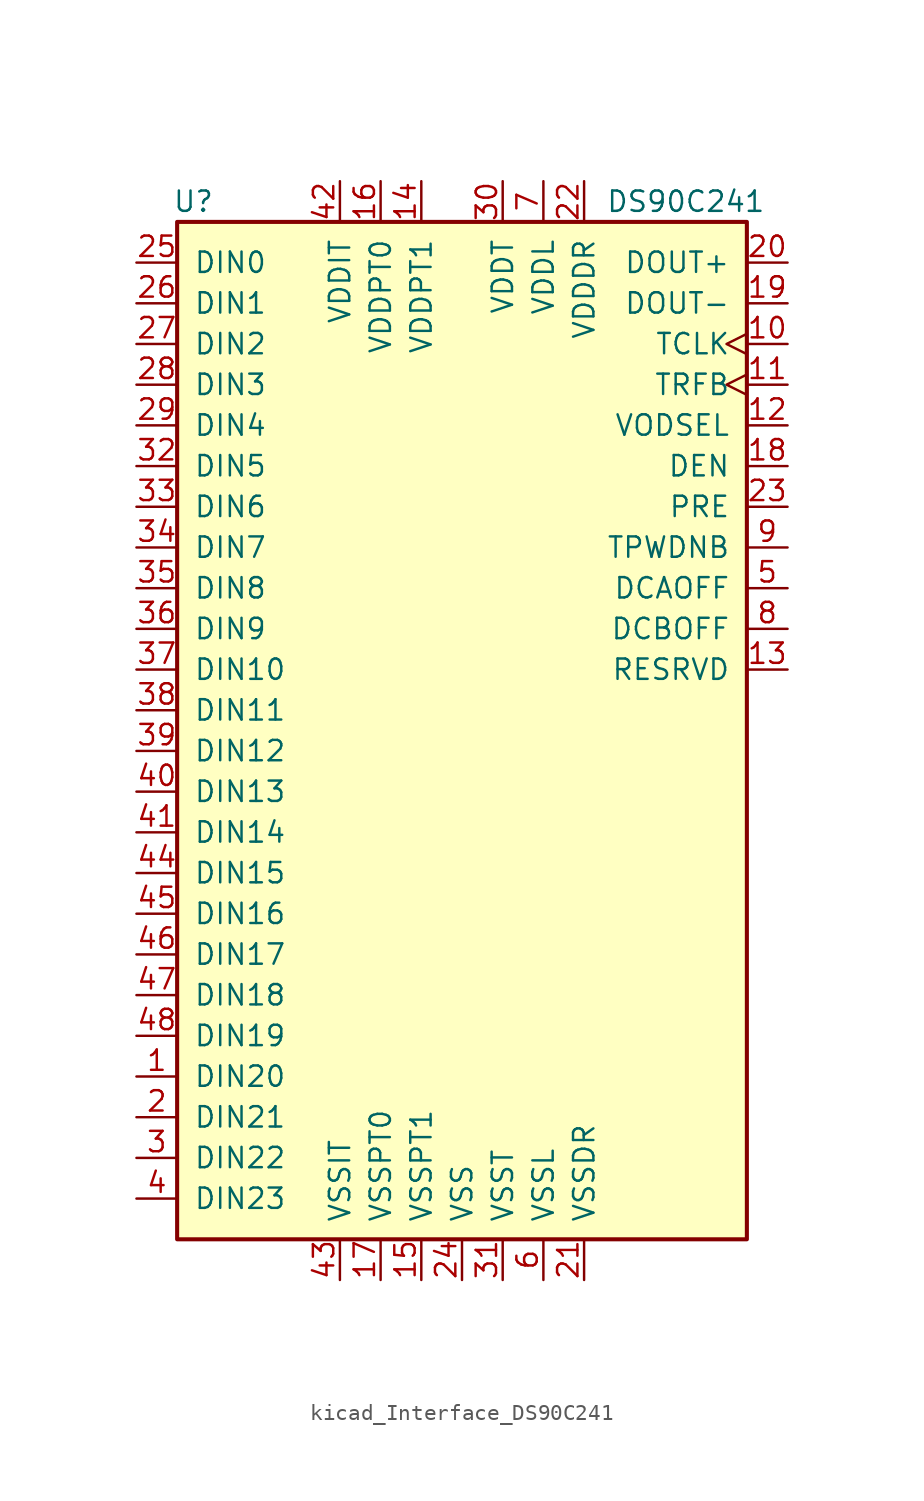
<source format=kicad_sym>
(kicad_symbol_lib
  (version 20220914)
  (generator kicad_symbol_editor)
  (symbol "kicad_Interface_DS90C241"
    (pin_names
      (offset 1.016))
    (property "Reference" "U"
      (at -16.764 29.21 0)
      (effects (font (size 1.27 1.27))))
    (property "Value" "DS90C241"
      (at 13.97 29.21 0)
      (effects (font (size 1.27 1.27))))
    (symbol "kicad_Interface_DS90C241_0_1"
      (rectangle (start -17.78 27.94) (end 17.78 -35.56) (stroke (width 0.254) (type default)) (fill (type background))))
    (symbol "kicad_Interface_DS90C241_1_1"
      (pin input line (at -20.32 -25.4 0) (length 2.54) (name "DIN20" (effects (font (size 1.27 1.27)))) (number "1" (effects (font (size 1.27 1.27)))))
      (pin input clock (at 20.32 20.32 180) (length 2.54) (name "TCLK" (effects (font (size 1.27 1.27)))) (number "10" (effects (font (size 1.27 1.27)))))
      (pin input clock (at 20.32 17.78 180) (length 2.54) (name "TRFB" (effects (font (size 1.27 1.27)))) (number "11" (effects (font (size 1.27 1.27)))))
      (pin input line (at 20.32 15.24 180) (length 2.54) (name "VODSEL" (effects (font (size 1.27 1.27)))) (number "12" (effects (font (size 1.27 1.27)))))
      (pin input line (at 20.32 0 180) (length 2.54) (name "RESRVD" (effects (font (size 1.27 1.27)))) (number "13" (effects (font (size 1.27 1.27)))))
      (pin power_in line (at -2.54 30.48 270) (length 2.54) (name "VDDPT1" (effects (font (size 1.27 1.27)))) (number "14" (effects (font (size 1.27 1.27)))))
      (pin power_in line (at -2.54 -38.1 90) (length 2.54) (name "VSSPT1" (effects (font (size 1.27 1.27)))) (number "15" (effects (font (size 1.27 1.27)))))
      (pin power_in line (at -5.08 30.48 270) (length 2.54) (name "VDDPT0" (effects (font (size 1.27 1.27)))) (number "16" (effects (font (size 1.27 1.27)))))
      (pin power_in line (at -5.08 -38.1 90) (length 2.54) (name "VSSPT0" (effects (font (size 1.27 1.27)))) (number "17" (effects (font (size 1.27 1.27)))))
      (pin input line (at 20.32 12.7 180) (length 2.54) (name "DEN" (effects (font (size 1.27 1.27)))) (number "18" (effects (font (size 1.27 1.27)))))
      (pin output line (at 20.32 22.86 180) (length 2.54) (name "DOUT-" (effects (font (size 1.27 1.27)))) (number "19" (effects (font (size 1.27 1.27)))))
      (pin input line (at -20.32 -27.94 0) (length 2.54) (name "DIN21" (effects (font (size 1.27 1.27)))) (number "2" (effects (font (size 1.27 1.27)))))
      (pin output line (at 20.32 25.4 180) (length 2.54) (name "DOUT+" (effects (font (size 1.27 1.27)))) (number "20" (effects (font (size 1.27 1.27)))))
      (pin power_in line (at 7.62 -38.1 90) (length 2.54) (name "VSSDR" (effects (font (size 1.27 1.27)))) (number "21" (effects (font (size 1.27 1.27)))))
      (pin power_in line (at 7.62 30.48 270) (length 2.54) (name "VDDDR" (effects (font (size 1.27 1.27)))) (number "22" (effects (font (size 1.27 1.27)))))
      (pin input line (at 20.32 10.16 180) (length 2.54) (name "PRE" (effects (font (size 1.27 1.27)))) (number "23" (effects (font (size 1.27 1.27)))))
      (pin power_in line (at 0 -38.1 90) (length 2.54) (name "VSS" (effects (font (size 1.27 1.27)))) (number "24" (effects (font (size 1.27 1.27)))))
      (pin input line (at -20.32 25.4 0) (length 2.54) (name "DIN0" (effects (font (size 1.27 1.27)))) (number "25" (effects (font (size 1.27 1.27)))))
      (pin input line (at -20.32 22.86 0) (length 2.54) (name "DIN1" (effects (font (size 1.27 1.27)))) (number "26" (effects (font (size 1.27 1.27)))))
      (pin input line (at -20.32 20.32 0) (length 2.54) (name "DIN2" (effects (font (size 1.27 1.27)))) (number "27" (effects (font (size 1.27 1.27)))))
      (pin input line (at -20.32 17.78 0) (length 2.54) (name "DIN3" (effects (font (size 1.27 1.27)))) (number "28" (effects (font (size 1.27 1.27)))))
      (pin input line (at -20.32 15.24 0) (length 2.54) (name "DIN4" (effects (font (size 1.27 1.27)))) (number "29" (effects (font (size 1.27 1.27)))))
      (pin input line (at -20.32 -30.48 0) (length 2.54) (name "DIN22" (effects (font (size 1.27 1.27)))) (number "3" (effects (font (size 1.27 1.27)))))
      (pin power_in line (at 2.54 30.48 270) (length 2.54) (name "VDDT" (effects (font (size 1.27 1.27)))) (number "30" (effects (font (size 1.27 1.27)))))
      (pin power_in line (at 2.54 -38.1 90) (length 2.54) (name "VSST" (effects (font (size 1.27 1.27)))) (number "31" (effects (font (size 1.27 1.27)))))
      (pin input line (at -20.32 12.7 0) (length 2.54) (name "DIN5" (effects (font (size 1.27 1.27)))) (number "32" (effects (font (size 1.27 1.27)))))
      (pin input line (at -20.32 10.16 0) (length 2.54) (name "DIN6" (effects (font (size 1.27 1.27)))) (number "33" (effects (font (size 1.27 1.27)))))
      (pin input line (at -20.32 7.62 0) (length 2.54) (name "DIN7" (effects (font (size 1.27 1.27)))) (number "34" (effects (font (size 1.27 1.27)))))
      (pin input line (at -20.32 5.08 0) (length 2.54) (name "DIN8" (effects (font (size 1.27 1.27)))) (number "35" (effects (font (size 1.27 1.27)))))
      (pin input line (at -20.32 2.54 0) (length 2.54) (name "DIN9" (effects (font (size 1.27 1.27)))) (number "36" (effects (font (size 1.27 1.27)))))
      (pin input line (at -20.32 0 0) (length 2.54) (name "DIN10" (effects (font (size 1.27 1.27)))) (number "37" (effects (font (size 1.27 1.27)))))
      (pin input line (at -20.32 -2.54 0) (length 2.54) (name "DIN11" (effects (font (size 1.27 1.27)))) (number "38" (effects (font (size 1.27 1.27)))))
      (pin input line (at -20.32 -5.08 0) (length 2.54) (name "DIN12" (effects (font (size 1.27 1.27)))) (number "39" (effects (font (size 1.27 1.27)))))
      (pin input line (at -20.32 -33.02 0) (length 2.54) (name "DIN23" (effects (font (size 1.27 1.27)))) (number "4" (effects (font (size 1.27 1.27)))))
      (pin input line (at -20.32 -7.62 0) (length 2.54) (name "DIN13" (effects (font (size 1.27 1.27)))) (number "40" (effects (font (size 1.27 1.27)))))
      (pin input line (at -20.32 -10.16 0) (length 2.54) (name "DIN14" (effects (font (size 1.27 1.27)))) (number "41" (effects (font (size 1.27 1.27)))))
      (pin power_in line (at -7.62 30.48 270) (length 2.54) (name "VDDIT" (effects (font (size 1.27 1.27)))) (number "42" (effects (font (size 1.27 1.27)))))
      (pin power_in line (at -7.62 -38.1 90) (length 2.54) (name "VSSIT" (effects (font (size 1.27 1.27)))) (number "43" (effects (font (size 1.27 1.27)))))
      (pin input line (at -20.32 -12.7 0) (length 2.54) (name "DIN15" (effects (font (size 1.27 1.27)))) (number "44" (effects (font (size 1.27 1.27)))))
      (pin input line (at -20.32 -15.24 0) (length 2.54) (name "DIN16" (effects (font (size 1.27 1.27)))) (number "45" (effects (font (size 1.27 1.27)))))
      (pin input line (at -20.32 -17.78 0) (length 2.54) (name "DIN17" (effects (font (size 1.27 1.27)))) (number "46" (effects (font (size 1.27 1.27)))))
      (pin input line (at -20.32 -20.32 0) (length 2.54) (name "DIN18" (effects (font (size 1.27 1.27)))) (number "47" (effects (font (size 1.27 1.27)))))
      (pin input line (at -20.32 -22.86 0) (length 2.54) (name "DIN19" (effects (font (size 1.27 1.27)))) (number "48" (effects (font (size 1.27 1.27)))))
      (pin input line (at 20.32 5.08 180) (length 2.54) (name "DCAOFF" (effects (font (size 1.27 1.27)))) (number "5" (effects (font (size 1.27 1.27)))))
      (pin power_in line (at 5.08 -38.1 90) (length 2.54) (name "VSSL" (effects (font (size 1.27 1.27)))) (number "6" (effects (font (size 1.27 1.27)))))
      (pin power_in line (at 5.08 30.48 270) (length 2.54) (name "VDDL" (effects (font (size 1.27 1.27)))) (number "7" (effects (font (size 1.27 1.27)))))
      (pin input line (at 20.32 2.54 180) (length 2.54) (name "DCBOFF" (effects (font (size 1.27 1.27)))) (number "8" (effects (font (size 1.27 1.27)))))
      (pin input line (at 20.32 7.62 180) (length 2.54) (name "TPWDNB" (effects (font (size 1.27 1.27)))) (number "9" (effects (font (size 1.27 1.27))))))))
</source>
